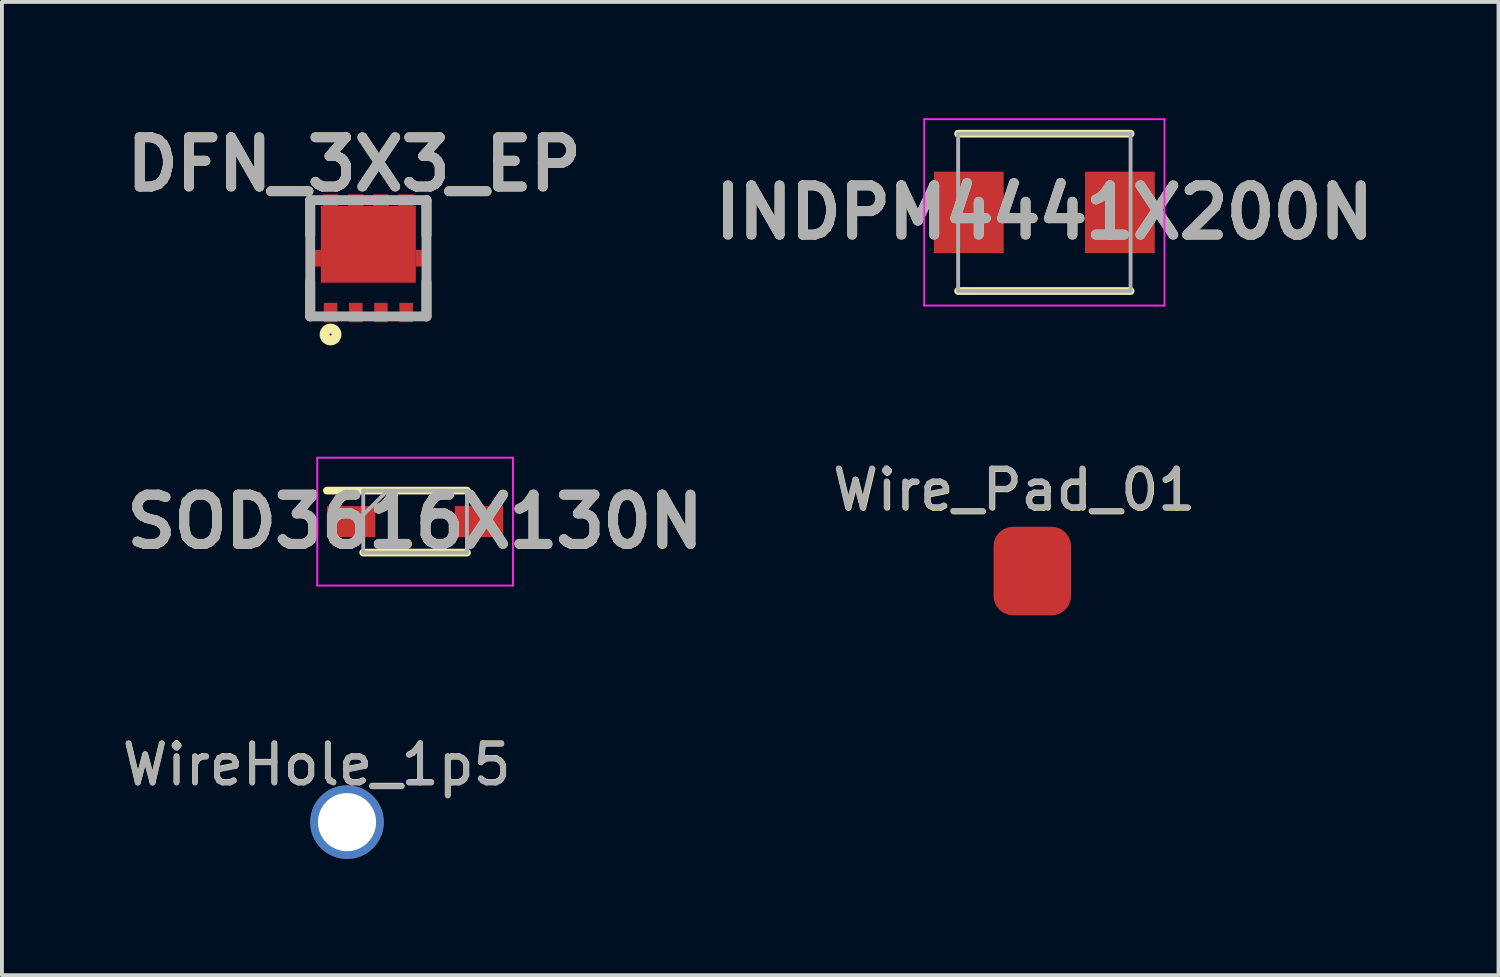
<source format=kicad_pcb>
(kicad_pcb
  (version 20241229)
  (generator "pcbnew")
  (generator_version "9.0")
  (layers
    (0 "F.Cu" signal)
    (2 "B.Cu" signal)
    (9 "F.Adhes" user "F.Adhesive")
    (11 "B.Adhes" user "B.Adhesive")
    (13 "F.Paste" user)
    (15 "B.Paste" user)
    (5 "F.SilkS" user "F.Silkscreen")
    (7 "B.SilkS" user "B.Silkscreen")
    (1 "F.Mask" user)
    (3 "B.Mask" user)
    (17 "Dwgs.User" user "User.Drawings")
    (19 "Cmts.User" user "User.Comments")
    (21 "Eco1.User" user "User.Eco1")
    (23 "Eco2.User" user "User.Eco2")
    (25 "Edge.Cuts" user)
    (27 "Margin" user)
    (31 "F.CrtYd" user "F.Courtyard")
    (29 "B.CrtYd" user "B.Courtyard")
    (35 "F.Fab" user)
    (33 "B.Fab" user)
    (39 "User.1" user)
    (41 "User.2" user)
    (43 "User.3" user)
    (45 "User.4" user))
  (footprint "SOD3616X130N"
    (layer "F.Cu")
    (at 7.662 10.411)
    (property "Reference" "SOD3616X130N" (at 0 0 0) (layer "F.SilkS") (effects (font (size 1.27 1.27) (thickness 0.254))))
    (attr smd)
    (fp_line (start -2.275 -0.8) (end 1.338 -0.8) (stroke (width 0.2) (type solid)) (layer "F.SilkS"))
    (fp_line (start -1.338 0.8) (end 1.338 0.8) (stroke (width 0.2) (type solid)) (layer "F.SilkS"))
    (fp_line (start -2.525 -1.65) (end 2.525 -1.65) (stroke (width 0.05) (type solid)) (layer "F.CrtYd"))
    (fp_line (start -2.525 1.65) (end -2.525 -1.65) (stroke (width 0.05) (type solid)) (layer "F.CrtYd"))
    (fp_line (start 2.525 -1.65) (end 2.525 1.65) (stroke (width 0.05) (type solid)) (layer "F.CrtYd"))
    (fp_line (start 2.525 1.65) (end -2.525 1.65) (stroke (width 0.05) (type solid)) (layer "F.CrtYd"))
    (fp_line (start -1.338 -0.8) (end 1.338 -0.8) (stroke (width 0.1) (type solid)) (layer "F.Fab"))
    (fp_line (start -1.338 -0.175) (end -0.712 -0.8) (stroke (width 0.1) (type solid)) (layer "F.Fab"))
    (fp_line (start -1.338 0.8) (end -1.338 -0.8) (stroke (width 0.1) (type solid)) (layer "F.Fab"))
    (fp_line (start 1.338 -0.8) (end 1.338 0.8) (stroke (width 0.1) (type solid)) (layer "F.Fab"))
    (fp_line (start 1.338 0.8) (end -1.338 0.8) (stroke (width 0.1) (type solid)) (layer "F.Fab"))
    (fp_text user "${REFERENCE}" (at 0 0 0) (layer "F.Fab") (effects (font (size 1.27 1.27) (thickness 0.254))))
    (pad "1" smd rect (at -1.65 0 90) (size 0.8 1.25) (layers "F.Cu" "F.Mask" "F.Paste"))
    (pad "2" smd rect (at 1.65 0 90) (size 0.8 1.25) (layers "F.Cu" "F.Mask" "F.Paste")))
  (footprint "DFN_3X3_EP"
    (layer "F.Cu")
    (at 6.456 3.615)
    (property "Reference" "DFN_3X3_EP" (at -0.366 -2.426 0) (layer "F.SilkS") (effects (font (size 1.27 1.27) (thickness 0.254))))
    (attr smd)
    (fp_line (start -1.5 -1.5) (end -1.5 -0.6) (stroke (width 0.254) (type solid)) (layer "F.SilkS"))
    (fp_line (start -1.5 1.5) (end -1.5 0.6) (stroke (width 0.254) (type solid)) (layer "F.SilkS"))
    (fp_line (start 1.5 -1.5) (end 1.5 -0.6) (stroke (width 0.254) (type solid)) (layer "F.SilkS"))
    (fp_line (start 1.5 1.5) (end 1.5 0.6) (stroke (width 0.254) (type solid)) (layer "F.SilkS"))
    (fp_circle (center -0.976 1.967) (end -0.976 1.994) (stroke (width 0.254) (type solid)) (fill no) (layer "F.SilkS"))
    (fp_line (start -1.5 -1.5) (end 1.5 -1.5) (stroke (width 0.254) (type solid)) (layer "F.Fab"))
    (fp_line (start -1.5 1.5) (end -1.5 -1.5) (stroke (width 0.254) (type solid)) (layer "F.Fab"))
    (fp_line (start 1.5 -1.5) (end 1.5 1.5) (stroke (width 0.254) (type solid)) (layer "F.Fab"))
    (fp_line (start 1.5 1.5) (end -1.5 1.5) (stroke (width 0.254) (type solid)) (layer "F.Fab"))
    (fp_text user "${REFERENCE}" (at -0.366 -2.426 0) (layer "F.Fab") (effects (font (size 1.27 1.27) (thickness 0.254))))
    (pad "1" smd rect (at -0.975 1.4) (size 0.35 0.5) (layers "F.Cu" "F.Mask" "F.Paste"))
    (pad "2" smd rect (at -0.325 1.4) (size 0.35 0.5) (layers "F.Cu" "F.Mask" "F.Paste"))
    (pad "3" smd rect (at 0.325 1.4) (size 0.35 0.5) (layers "F.Cu" "F.Mask" "F.Paste"))
    (pad "4" smd rect (at 0.975 1.4) (size 0.35 0.5) (layers "F.Cu" "F.Mask" "F.Paste"))
    (pad "5" smd rect (at 0.975 -1.5 90) (size 0.3 0.4) (layers "F.Cu" "F.Mask" "F.Paste"))
    (pad "6" smd rect (at 0.325 -1.5 90) (size 0.3 0.4) (layers "F.Cu" "F.Mask" "F.Paste"))
    (pad "7" smd rect (at -0.325 -1.5 90) (size 0.3 0.4) (layers "F.Cu" "F.Mask" "F.Paste"))
    (pad "8" smd rect (at -0.975 -1.5 90) (size 0.3 0.4) (layers "F.Cu" "F.Mask" "F.Paste"))
    (pad "9" smd rect (at -1.415 0) (size 0.38 0.43) (layers "F.Cu" "F.Mask" "F.Paste"))
    (pad "10" smd rect (at 0 -0.36 90) (size 1.98 2.45) (layers "F.Cu" "F.Mask" "F.Paste"))
    (pad "11" smd rect (at 1.415 0) (size 0.38 0.43) (layers "F.Cu" "F.Mask" "F.Paste")))
  (footprint "INDPM4441X200N"
    (layer "F.Cu")
    (at 23.901 2.43)
    (property "Reference" "INDPM4441X200N" (at 0 0 0) (layer "F.SilkS") (effects (font (size 1.27 1.27) (thickness 0.254))))
    (attr smd)
    (fp_line (start -2.225 2.03) (end 2.225 2.03) (stroke (width 0.2) (type solid)) (layer "F.SilkS"))
    (fp_line (start 2.225 -2.03) (end -2.225 -2.03) (stroke (width 0.2) (type solid)) (layer "F.SilkS"))
    (fp_line (start -3.1 -2.405) (end 3.1 -2.405) (stroke (width 0.05) (type solid)) (layer "F.CrtYd"))
    (fp_line (start -3.1 2.405) (end -3.1 -2.405) (stroke (width 0.05) (type solid)) (layer "F.CrtYd"))
    (fp_line (start 3.1 -2.405) (end 3.1 2.405) (stroke (width 0.05) (type solid)) (layer "F.CrtYd"))
    (fp_line (start 3.1 2.405) (end -3.1 2.405) (stroke (width 0.05) (type solid)) (layer "F.CrtYd"))
    (fp_line (start -2.225 -2.03) (end 2.225 -2.03) (stroke (width 0.1) (type solid)) (layer "F.Fab"))
    (fp_line (start -2.225 2.03) (end -2.225 -2.03) (stroke (width 0.1) (type solid)) (layer "F.Fab"))
    (fp_line (start 2.225 -2.03) (end 2.225 2.03) (stroke (width 0.1) (type solid)) (layer "F.Fab"))
    (fp_line (start 2.225 2.03) (end -2.225 2.03) (stroke (width 0.1) (type solid)) (layer "F.Fab"))
    (fp_text user "${REFERENCE}" (at 0 0 0) (layer "F.Fab") (effects (font (size 1.27 1.27) (thickness 0.254))))
    (pad "1" smd rect (at -1.95 0) (size 1.8 2.1) (layers "F.Cu" "F.Mask" "F.Paste"))
    (pad "2" smd rect (at 1.95 0) (size 1.8 2.1) (layers "F.Cu" "F.Mask" "F.Paste")))
  (footprint "WireHole_1p5"
    (layer "F.Cu")
    (at 5.905 18.167)
    (property "Reference" "WireHole_1p5" (at -0.78 -1.49 0) (unlocked yes) (layer "F.SilkS") (effects (font (size 1 1) (thickness 0.15))))
    (attr smd)
    (fp_text user "${REFERENCE}" (at -0.78 -1.476 0) (unlocked yes) (layer "F.Fab") (effects (font (size 1 1) (thickness 0.15))))
    (pad "1" thru_hole circle (at 0 0) (size 1.9 1.9) (drill 1.5) (layers "*.Cu" "*.Mask")))
  (footprint "Wire_Pad_01"
    (layer "F.Cu")
    (at 23.59 11.686)
    (property "Reference" "Wire_Pad_01" (at -0.459 -2.088 0) (unlocked yes) (layer "F.SilkS") (effects (font (size 1 1) (thickness 0.15))))
    (attr smd)
    (fp_text user "${REFERENCE}" (at -0.473 -2.102 0) (unlocked yes) (layer "F.Fab") (effects (font (size 1 1) (thickness 0.15))))
    (pad "1" smd roundrect (at 0 0) (size 2 2.286) (layers "F.Cu" "F.Mask" "F.Paste") (roundrect_rratio 0.25)))
  (gr_rect
    (start -3 -3)
    (end 35.621 22.117)
    (stroke (width 0.1) (type default))
    (fill no)
    (layer "Edge.Cuts")))
</source>
